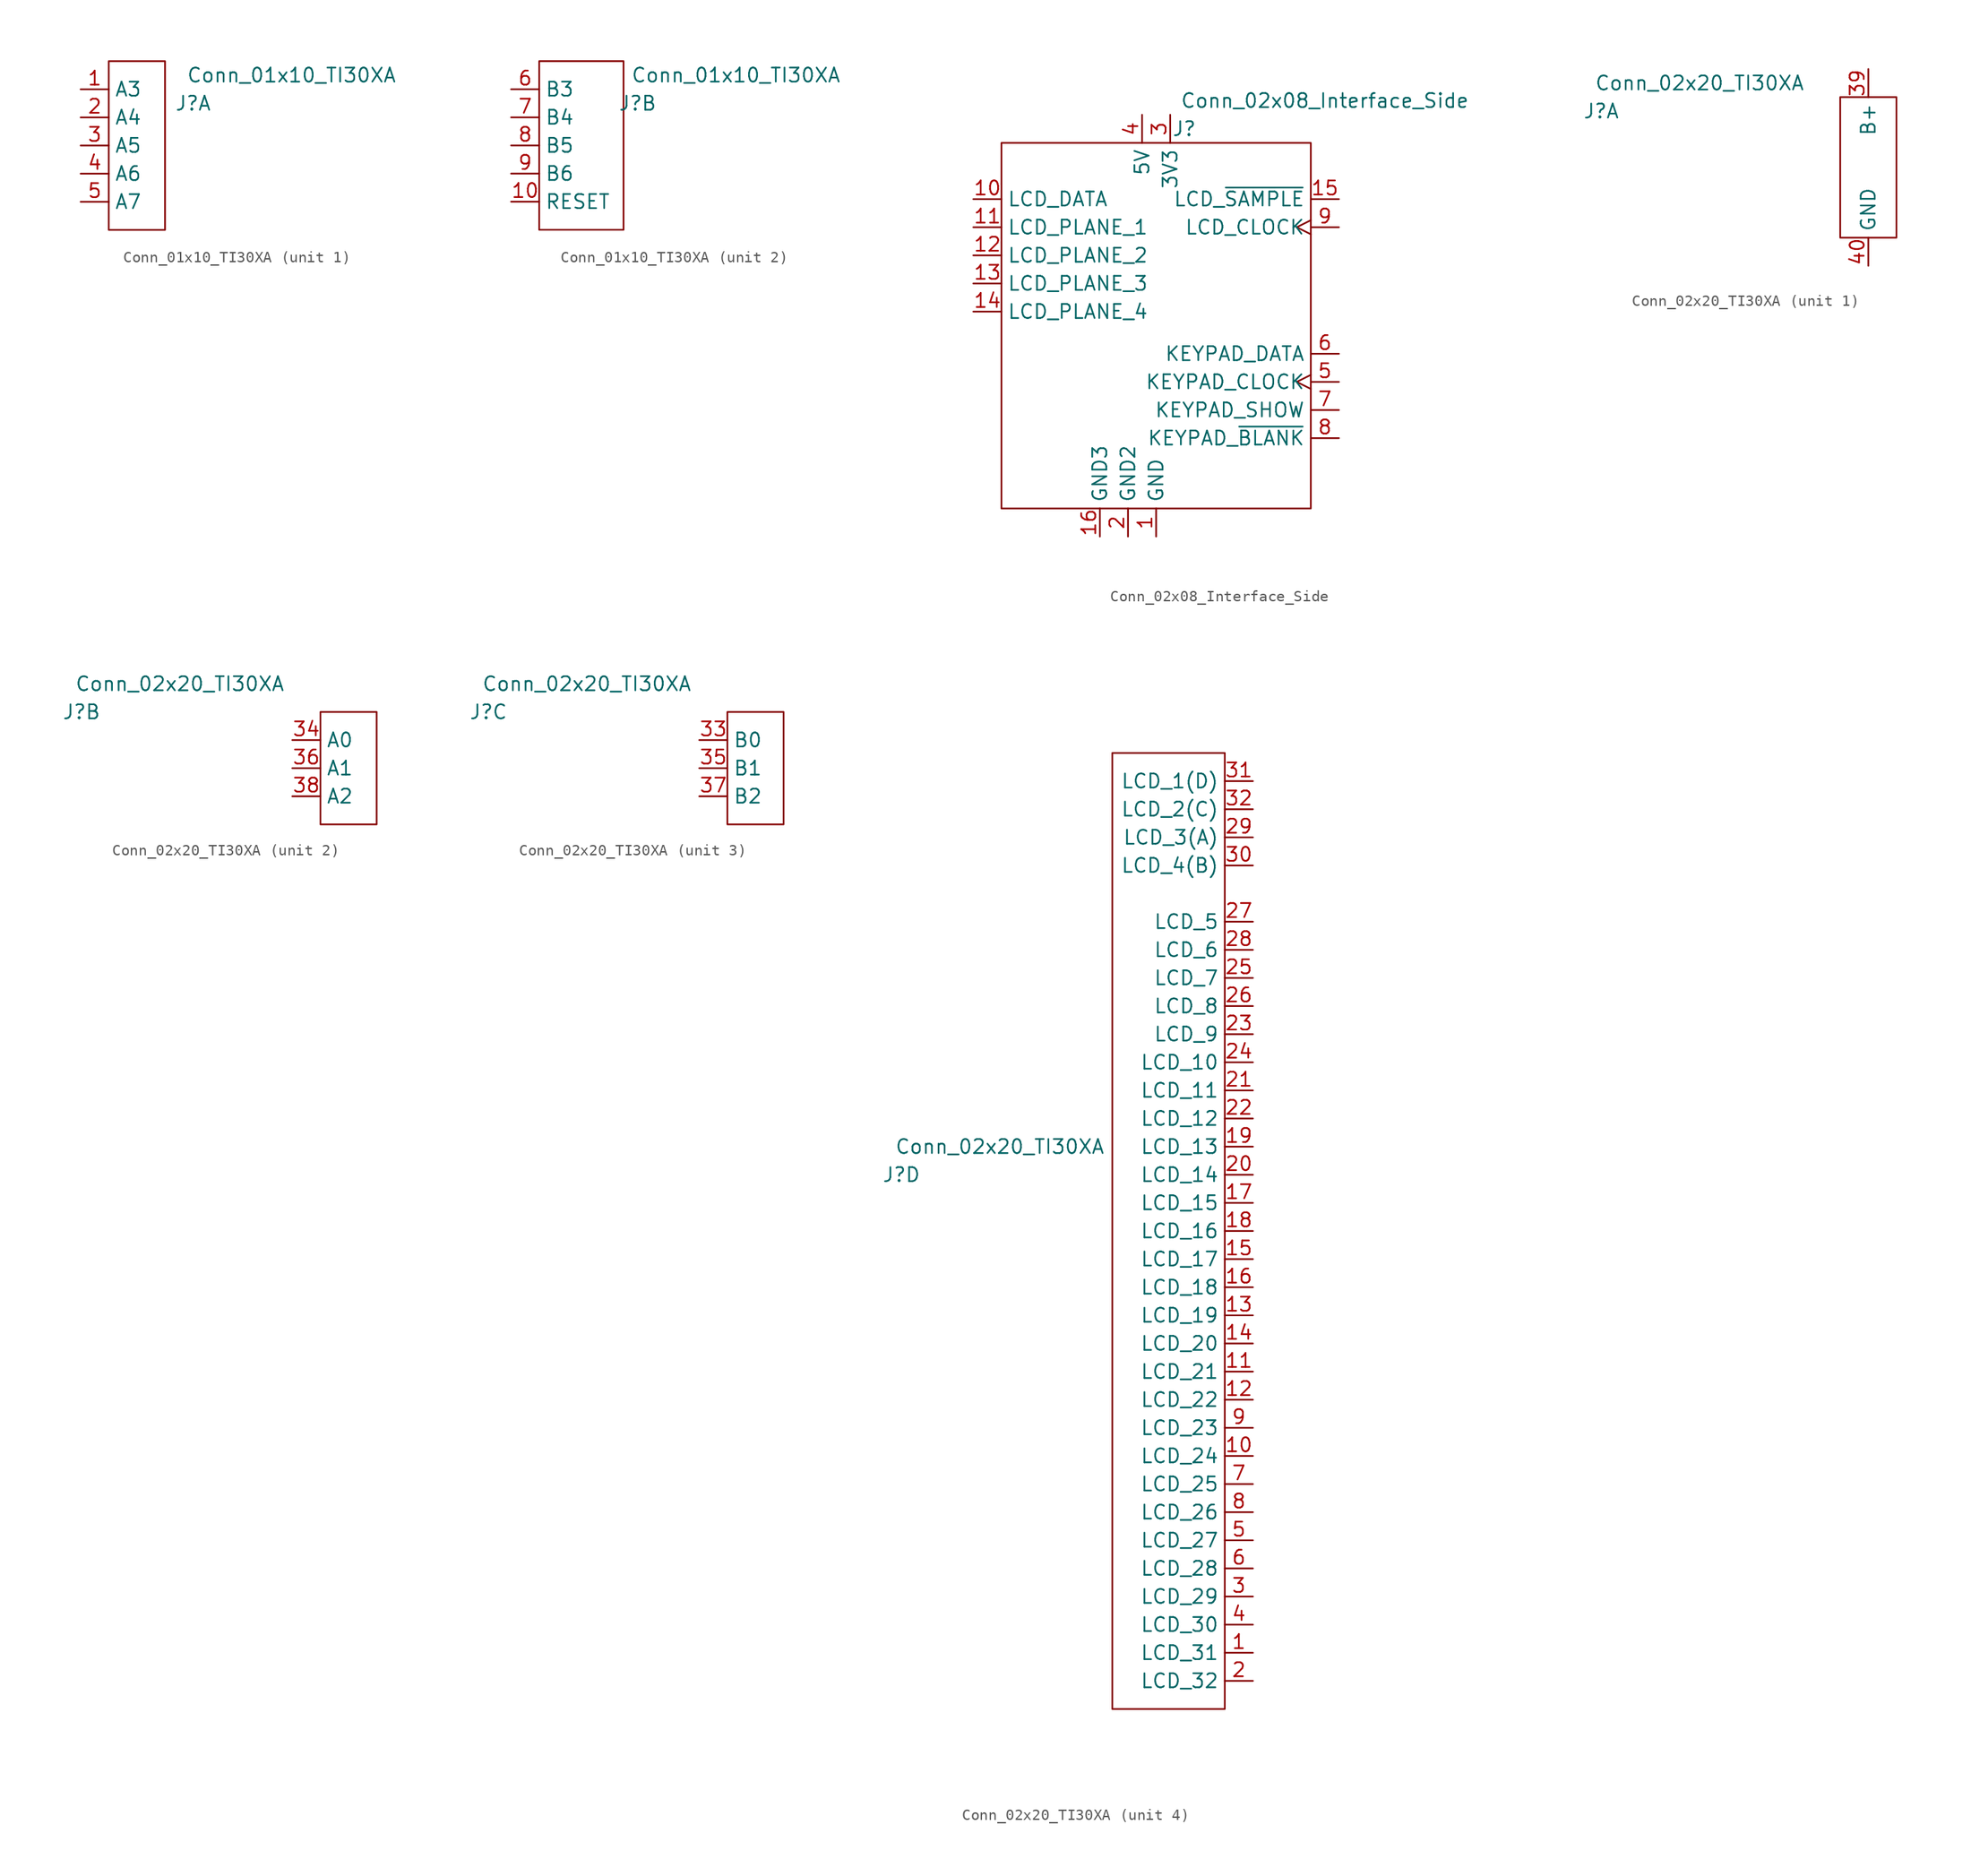
<source format=kicad_sym>
(kicad_symbol_lib
  (version 20211014)
  (generator kicad_symbol_editor)
  (symbol "Conn_01x10_TI30XA"
    (property "Reference" "J"
      (at 5.08 3.81 0)
      (effects (font (size 1.27 1.27))))
    (property "Value" "Conn_01x10_TI30XA"
      (at 13.97 6.35 0)
      (effects (font (size 1.27 1.27))))
    (property "ki_locked" ""
      (at 0 0 0)
      (effects (font (size 1.27 1.27))))
    (symbol "Conn_01x10_TI30XA_1_1"
      (rectangle (start -2.54 -7.62) (end 2.54 7.62) (stroke (width 0) (type default) (color 0 0 0 0)) (fill (type none)))
      (pin input line (at -5.08 5.08 0) (length 2.54) (name "A3" (effects (font (size 1.27 1.27)))) (number "1" (effects (font (size 1.27 1.27)))))
      (pin input line (at -5.08 2.54 0) (length 2.54) (name "A4" (effects (font (size 1.27 1.27)))) (number "2" (effects (font (size 1.27 1.27)))))
      (pin input line (at -5.08 0 0) (length 2.54) (name "A5" (effects (font (size 1.27 1.27)))) (number "3" (effects (font (size 1.27 1.27)))))
      (pin input line (at -5.08 -2.54 0) (length 2.54) (name "A6" (effects (font (size 1.27 1.27)))) (number "4" (effects (font (size 1.27 1.27)))))
      (pin input line (at -5.08 -5.08 0) (length 2.54) (name "A7" (effects (font (size 1.27 1.27)))) (number "5" (effects (font (size 1.27 1.27))))))
    (symbol "Conn_01x10_TI30XA_2_1"
      (rectangle (start -3.81 7.62) (end 3.81 -7.62) (stroke (width 0) (type default) (color 0 0 0 0)) (fill (type none)))
      (pin input line (at -6.35 -5.08 0) (length 2.54) (name "RESET" (effects (font (size 1.27 1.27)))) (number "10" (effects (font (size 1.27 1.27)))))
      (pin input line (at -6.35 5.08 0) (length 2.54) (name "B3" (effects (font (size 1.27 1.27)))) (number "6" (effects (font (size 1.27 1.27)))))
      (pin input line (at -6.35 2.54 0) (length 2.54) (name "B4" (effects (font (size 1.27 1.27)))) (number "7" (effects (font (size 1.27 1.27)))))
      (pin input line (at -6.35 0 0) (length 2.54) (name "B5" (effects (font (size 1.27 1.27)))) (number "8" (effects (font (size 1.27 1.27)))))
      (pin input line (at -6.35 -2.54 0) (length 2.54) (name "B6" (effects (font (size 1.27 1.27)))) (number "9" (effects (font (size 1.27 1.27)))))))
  (symbol "Conn_02x08_Interface_Side"
    (property "Reference" "J"
      (at 2.54 17.78 0)
      (effects (font (size 1.27 1.27))))
    (property "Value" "Conn_02x08_Interface_Side"
      (at 15.24 20.32 0)
      (effects (font (size 1.27 1.27))))
    (symbol "Conn_02x08_Interface_Side_0_1"
      (rectangle (start -13.97 16.51) (end 13.97 -16.51) (stroke (width 0) (type default) (color 0 0 0 0)) (fill (type none))))
    (symbol "Conn_02x08_Interface_Side_1_1"
      (pin power_out line (at 0 -19.05 90) (length 2.54) (name "GND" (effects (font (size 1.27 1.27)))) (number "1" (effects (font (size 1.27 1.27)))))
      (pin input line (at -16.51 11.43 0) (length 2.54) (name "LCD_DATA" (effects (font (size 1.27 1.27)))) (number "10" (effects (font (size 1.27 1.27)))))
      (pin input line (at -16.51 8.89 0) (length 2.54) (name "LCD_PLANE_1" (effects (font (size 1.27 1.27)))) (number "11" (effects (font (size 1.27 1.27)))))
      (pin input line (at -16.51 6.35 0) (length 2.54) (name "LCD_PLANE_2" (effects (font (size 1.27 1.27)))) (number "12" (effects (font (size 1.27 1.27)))))
      (pin input line (at -16.51 3.81 0) (length 2.54) (name "LCD_PLANE_3" (effects (font (size 1.27 1.27)))) (number "13" (effects (font (size 1.27 1.27)))))
      (pin input line (at -16.51 1.27 0) (length 2.54) (name "LCD_PLANE_4" (effects (font (size 1.27 1.27)))) (number "14" (effects (font (size 1.27 1.27)))))
      (pin output line (at 16.51 11.43 180) (length 2.54) (name "LCD_~{SAMPLE}" (effects (font (size 1.27 1.27)))) (number "15" (effects (font (size 1.27 1.27)))))
      (pin power_in line (at -5.08 -19.05 90) (length 2.54) (name "GND3" (effects (font (size 1.27 1.27)))) (number "16" (effects (font (size 1.27 1.27)))))
      (pin power_in line (at -2.54 -19.05 90) (length 2.54) (name "GND2" (effects (font (size 1.27 1.27)))) (number "2" (effects (font (size 1.27 1.27)))))
      (pin power_out line (at 1.27 19.05 270) (length 2.54) (name "3V3" (effects (font (size 1.27 1.27)))) (number "3" (effects (font (size 1.27 1.27)))))
      (pin power_out line (at -1.27 19.05 270) (length 2.54) (name "5V" (effects (font (size 1.27 1.27)))) (number "4" (effects (font (size 1.27 1.27)))))
      (pin output clock (at 16.51 -5.08 180) (length 2.54) (name "KEYPAD_CLOCK" (effects (font (size 1.27 1.27)))) (number "5" (effects (font (size 1.27 1.27)))))
      (pin output line (at 16.51 -2.54 180) (length 2.54) (name "KEYPAD_DATA" (effects (font (size 1.27 1.27)))) (number "6" (effects (font (size 1.27 1.27)))))
      (pin output line (at 16.51 -7.62 180) (length 2.54) (name "KEYPAD_SHOW" (effects (font (size 1.27 1.27)))) (number "7" (effects (font (size 1.27 1.27)))))
      (pin output line (at 16.51 -10.16 180) (length 2.54) (name "KEYPAD_~{BLANK}" (effects (font (size 1.27 1.27)))) (number "8" (effects (font (size 1.27 1.27)))))
      (pin output clock (at 16.51 8.89 180) (length 2.54) (name "LCD_CLOCK" (effects (font (size 1.27 1.27)))) (number "9" (effects (font (size 1.27 1.27)))))))
  (symbol "Conn_02x20_TI30XA"
    (property "Reference" "J"
      (at -24.13 5.08 0)
      (effects (font (size 1.27 1.27))))
    (property "Value" "Conn_02x20_TI30XA"
      (at -15.24 7.62 0)
      (effects (font (size 1.27 1.27))))
    (property "ki_locked" ""
      (at 0 0 0)
      (effects (font (size 1.27 1.27))))
    (symbol "Conn_02x20_TI30XA_1_1"
      (rectangle (start -2.54 6.35) (end 2.54 -6.35) (stroke (width 0) (type default) (color 0 0 0 0)) (fill (type none)))
      (pin power_in line (at 0 8.89 270) (length 2.54) (name "B+" (effects (font (size 1.27 1.27)))) (number "39" (effects (font (size 1.27 1.27)))))
      (pin power_in line (at 0 -8.89 90) (length 2.54) (name "GND" (effects (font (size 1.27 1.27)))) (number "40" (effects (font (size 1.27 1.27))))))
    (symbol "Conn_02x20_TI30XA_2_1"
      (rectangle (start -2.54 5.08) (end 2.54 -5.08) (stroke (width 0) (type default) (color 0 0 0 0)) (fill (type none)))
      (pin input line (at -5.08 2.54 0) (length 2.54) (name "A0" (effects (font (size 1.27 1.27)))) (number "34" (effects (font (size 1.27 1.27)))))
      (pin input line (at -5.08 0 0) (length 2.54) (name "A1" (effects (font (size 1.27 1.27)))) (number "36" (effects (font (size 1.27 1.27)))))
      (pin input line (at -5.08 -2.54 0) (length 2.54) (name "A2" (effects (font (size 1.27 1.27)))) (number "38" (effects (font (size 1.27 1.27))))))
    (symbol "Conn_02x20_TI30XA_3_1"
      (rectangle (start -2.54 5.08) (end 2.54 -5.08) (stroke (width 0) (type default) (color 0 0 0 0)) (fill (type none)))
      (pin input line (at -5.08 2.54 0) (length 2.54) (name "B0" (effects (font (size 1.27 1.27)))) (number "33" (effects (font (size 1.27 1.27)))))
      (pin input line (at -5.08 0 0) (length 2.54) (name "B1" (effects (font (size 1.27 1.27)))) (number "35" (effects (font (size 1.27 1.27)))))
      (pin input line (at -5.08 -2.54 0) (length 2.54) (name "B2" (effects (font (size 1.27 1.27)))) (number "37" (effects (font (size 1.27 1.27))))))
    (symbol "Conn_02x20_TI30XA_4_1"
      (rectangle (start 5.08 43.18) (end -5.08 -43.18) (stroke (width 0) (type default) (color 0 0 0 0)) (fill (type none)))
      (pin output line (at 7.62 -38.1 180) (length 2.54) (name "LCD_31" (effects (font (size 1.27 1.27)))) (number "1" (effects (font (size 1.27 1.27)))))
      (pin output line (at 7.62 -20.32 180) (length 2.54) (name "LCD_24" (effects (font (size 1.27 1.27)))) (number "10" (effects (font (size 1.27 1.27)))))
      (pin output line (at 7.62 -12.7 180) (length 2.54) (name "LCD_21" (effects (font (size 1.27 1.27)))) (number "11" (effects (font (size 1.27 1.27)))))
      (pin output line (at 7.62 -15.24 180) (length 2.54) (name "LCD_22" (effects (font (size 1.27 1.27)))) (number "12" (effects (font (size 1.27 1.27)))))
      (pin output line (at 7.62 -7.62 180) (length 2.54) (name "LCD_19" (effects (font (size 1.27 1.27)))) (number "13" (effects (font (size 1.27 1.27)))))
      (pin output line (at 7.62 -10.16 180) (length 2.54) (name "LCD_20" (effects (font (size 1.27 1.27)))) (number "14" (effects (font (size 1.27 1.27)))))
      (pin output line (at 7.62 -2.54 180) (length 2.54) (name "LCD_17" (effects (font (size 1.27 1.27)))) (number "15" (effects (font (size 1.27 1.27)))))
      (pin output line (at 7.62 -5.08 180) (length 2.54) (name "LCD_18" (effects (font (size 1.27 1.27)))) (number "16" (effects (font (size 1.27 1.27)))))
      (pin output line (at 7.62 2.54 180) (length 2.54) (name "LCD_15" (effects (font (size 1.27 1.27)))) (number "17" (effects (font (size 1.27 1.27)))))
      (pin output line (at 7.62 0 180) (length 2.54) (name "LCD_16" (effects (font (size 1.27 1.27)))) (number "18" (effects (font (size 1.27 1.27)))))
      (pin output line (at 7.62 7.62 180) (length 2.54) (name "LCD_13" (effects (font (size 1.27 1.27)))) (number "19" (effects (font (size 1.27 1.27)))))
      (pin output line (at 7.62 -40.64 180) (length 2.54) (name "LCD_32" (effects (font (size 1.27 1.27)))) (number "2" (effects (font (size 1.27 1.27)))))
      (pin output line (at 7.62 5.08 180) (length 2.54) (name "LCD_14" (effects (font (size 1.27 1.27)))) (number "20" (effects (font (size 1.27 1.27)))))
      (pin output line (at 7.62 12.7 180) (length 2.54) (name "LCD_11" (effects (font (size 1.27 1.27)))) (number "21" (effects (font (size 1.27 1.27)))))
      (pin output line (at 7.62 10.16 180) (length 2.54) (name "LCD_12" (effects (font (size 1.27 1.27)))) (number "22" (effects (font (size 1.27 1.27)))))
      (pin output line (at 7.62 17.78 180) (length 2.54) (name "LCD_9" (effects (font (size 1.27 1.27)))) (number "23" (effects (font (size 1.27 1.27)))))
      (pin output line (at 7.62 15.24 180) (length 2.54) (name "LCD_10" (effects (font (size 1.27 1.27)))) (number "24" (effects (font (size 1.27 1.27)))))
      (pin output line (at 7.62 22.86 180) (length 2.54) (name "LCD_7" (effects (font (size 1.27 1.27)))) (number "25" (effects (font (size 1.27 1.27)))))
      (pin output line (at 7.62 20.32 180) (length 2.54) (name "LCD_8" (effects (font (size 1.27 1.27)))) (number "26" (effects (font (size 1.27 1.27)))))
      (pin output line (at 7.62 27.94 180) (length 2.54) (name "LCD_5" (effects (font (size 1.27 1.27)))) (number "27" (effects (font (size 1.27 1.27)))))
      (pin output line (at 7.62 25.4 180) (length 2.54) (name "LCD_6" (effects (font (size 1.27 1.27)))) (number "28" (effects (font (size 1.27 1.27)))))
      (pin output line (at 7.62 35.56 180) (length 2.54) (name "LCD_3(A)" (effects (font (size 1.27 1.27)))) (number "29" (effects (font (size 1.27 1.27)))))
      (pin output line (at 7.62 -33.02 180) (length 2.54) (name "LCD_29" (effects (font (size 1.27 1.27)))) (number "3" (effects (font (size 1.27 1.27)))))
      (pin output line (at 7.62 33.02 180) (length 2.54) (name "LCD_4(B)" (effects (font (size 1.27 1.27)))) (number "30" (effects (font (size 1.27 1.27)))))
      (pin output line (at 7.62 40.64 180) (length 2.54) (name "LCD_1(D)" (effects (font (size 1.27 1.27)))) (number "31" (effects (font (size 1.27 1.27)))))
      (pin output line (at 7.62 38.1 180) (length 2.54) (name "LCD_2(C)" (effects (font (size 1.27 1.27)))) (number "32" (effects (font (size 1.27 1.27)))))
      (pin output line (at 7.62 -35.56 180) (length 2.54) (name "LCD_30" (effects (font (size 1.27 1.27)))) (number "4" (effects (font (size 1.27 1.27)))))
      (pin output line (at 7.62 -27.94 180) (length 2.54) (name "LCD_27" (effects (font (size 1.27 1.27)))) (number "5" (effects (font (size 1.27 1.27)))))
      (pin output line (at 7.62 -30.48 180) (length 2.54) (name "LCD_28" (effects (font (size 1.27 1.27)))) (number "6" (effects (font (size 1.27 1.27)))))
      (pin output line (at 7.62 -22.86 180) (length 2.54) (name "LCD_25" (effects (font (size 1.27 1.27)))) (number "7" (effects (font (size 1.27 1.27)))))
      (pin output line (at 7.62 -25.4 180) (length 2.54) (name "LCD_26" (effects (font (size 1.27 1.27)))) (number "8" (effects (font (size 1.27 1.27)))))
      (pin output line (at 7.62 -17.78 180) (length 2.54) (name "LCD_23" (effects (font (size 1.27 1.27)))) (number "9" (effects (font (size 1.27 1.27))))))))
</source>
